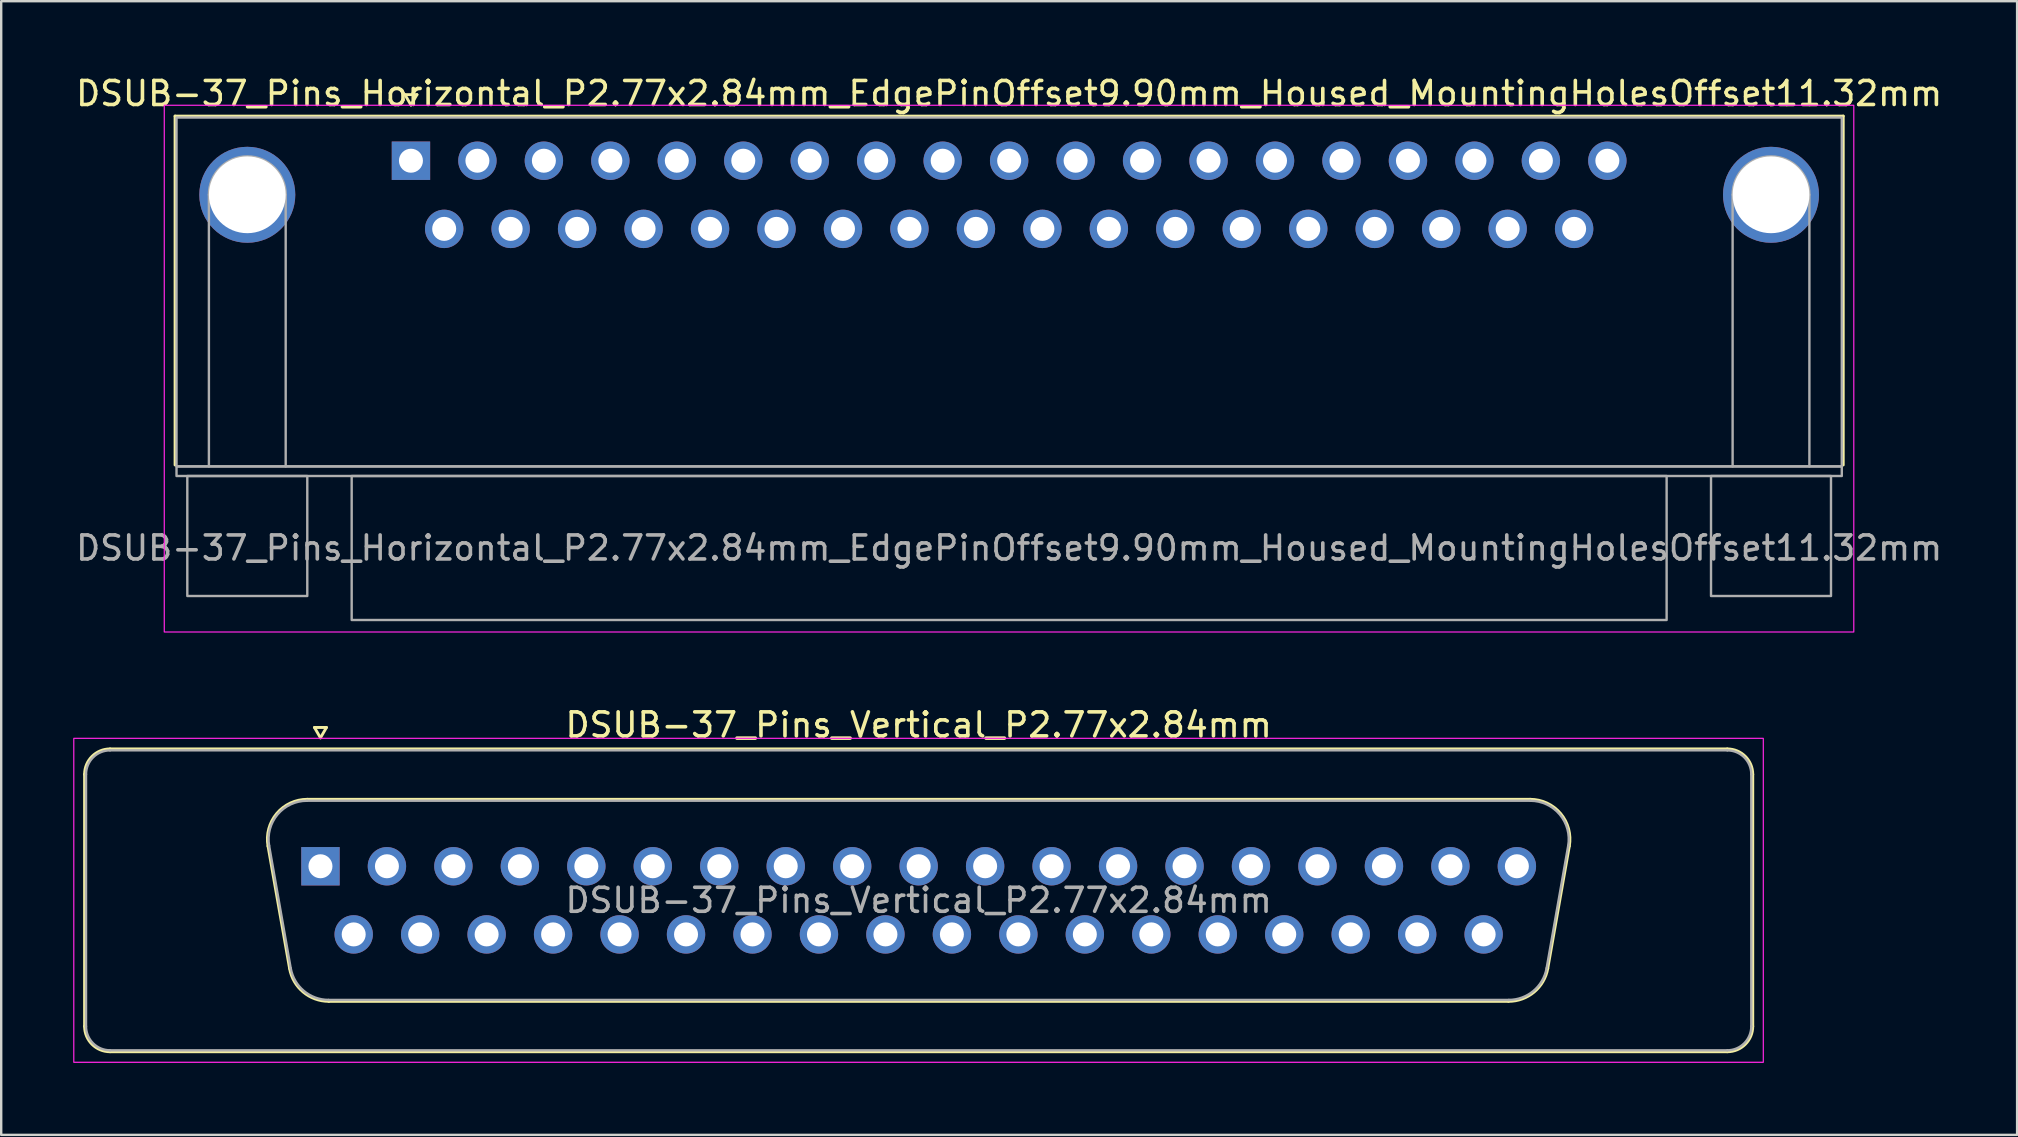
<source format=kicad_pcb>
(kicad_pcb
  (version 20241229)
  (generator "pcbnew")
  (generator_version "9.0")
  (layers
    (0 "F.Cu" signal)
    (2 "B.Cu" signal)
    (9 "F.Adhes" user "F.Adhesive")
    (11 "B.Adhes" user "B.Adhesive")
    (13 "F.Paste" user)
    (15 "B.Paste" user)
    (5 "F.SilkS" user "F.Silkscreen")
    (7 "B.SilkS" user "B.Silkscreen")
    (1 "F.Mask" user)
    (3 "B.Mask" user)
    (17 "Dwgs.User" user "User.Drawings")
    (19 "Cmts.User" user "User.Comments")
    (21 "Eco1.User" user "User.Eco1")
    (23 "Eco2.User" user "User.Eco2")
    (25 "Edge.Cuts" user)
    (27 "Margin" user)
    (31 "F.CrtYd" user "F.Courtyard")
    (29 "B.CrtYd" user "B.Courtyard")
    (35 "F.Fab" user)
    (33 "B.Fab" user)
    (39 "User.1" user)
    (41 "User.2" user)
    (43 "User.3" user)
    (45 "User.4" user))
  (footprint "DSUB-37_Pins_Vertical_P2.77x2.84mm"
    (layer "F.Cu")
    (at 10.305 33.051)
    (property "Reference" "DSUB-37_Pins_Vertical_P2.77x2.84mm" (at 24.93 -5.89 0) (layer "F.SilkS") (effects (font (size 1 1) (thickness 0.15))))
    (attr through_hole)
    (fp_line (start -9.83 6.67) (end -9.83 -3.83) (stroke (width 0.12) (type solid)) (layer "F.SilkS"))
    (fp_line (start -8.77 -4.89) (end 58.63 -4.89) (stroke (width 0.12) (type solid)) (layer "F.SilkS"))
    (fp_line (start -1.287 4.258) (end -2.186 -0.842) (stroke (width 0.12) (type solid)) (layer "F.SilkS"))
    (fp_line (start -0.552 -2.79) (end 50.412 -2.79) (stroke (width 0.12) (type solid)) (layer "F.SilkS"))
    (fp_line (start -0.25 -5.784) (end 0.25 -5.784) (stroke (width 0.12) (type solid)) (layer "F.SilkS"))
    (fp_line (start 0 -5.351) (end -0.25 -5.784) (stroke (width 0.12) (type solid)) (layer "F.SilkS"))
    (fp_line (start 0.25 -5.784) (end 0 -5.351) (stroke (width 0.12) (type solid)) (layer "F.SilkS"))
    (fp_line (start 49.512 5.63) (end 0.348 5.63) (stroke (width 0.12) (type solid)) (layer "F.SilkS"))
    (fp_line (start 52.046 -0.842) (end 51.147 4.258) (stroke (width 0.12) (type solid)) (layer "F.SilkS"))
    (fp_line (start 58.63 7.73) (end -8.77 7.73) (stroke (width 0.12) (type solid)) (layer "F.SilkS"))
    (fp_line (start 59.69 -3.83) (end 59.69 6.67) (stroke (width 0.12) (type solid)) (layer "F.SilkS"))
    (fp_arc (start -9.83 -3.83) (mid -9.519533 -4.579533) (end -8.77 -4.89) (stroke (width 0.12) (type solid)) (layer "F.SilkS"))
    (fp_arc (start -8.77 7.73) (mid -9.519533 7.419533) (end -9.83 6.67) (stroke (width 0.12) (type solid)) (layer "F.SilkS"))
    (fp_arc (start -2.18647 -0.841744) (mid -1.823323 -2.197027) (end -0.551689 -2.79) (stroke (width 0.12) (type solid)) (layer "F.SilkS"))
    (fp_arc (start 0.347579 5.63) (mid -0.719449 5.241634) (end -1.287202 4.258256) (stroke (width 0.12) (type solid)) (layer "F.SilkS"))
    (fp_arc (start 50.411689 -2.79) (mid 51.683323 -2.197027) (end 52.04647 -0.841744) (stroke (width 0.12) (type solid)) (layer "F.SilkS"))
    (fp_arc (start 51.147202 4.258256) (mid 50.579449 5.241634) (end 49.512421 5.63) (stroke (width 0.12) (type solid)) (layer "F.SilkS"))
    (fp_arc (start 58.63 -4.89) (mid 59.379533 -4.579533) (end 59.69 -3.83) (stroke (width 0.12) (type solid)) (layer "F.SilkS"))
    (fp_arc (start 59.69 6.67) (mid 59.379533 7.419533) (end 58.63 7.73) (stroke (width 0.12) (type solid)) (layer "F.SilkS"))
    (fp_rect (start -10.28 -5.33) (end 60.13 8.17) (stroke (width 0.05) (type solid)) (fill no) (layer "F.CrtYd"))
    (fp_line (start -9.77 6.67) (end -9.77 -3.83) (stroke (width 0.1) (type solid)) (layer "F.Fab"))
    (fp_line (start -8.77 -4.83) (end 58.63 -4.83) (stroke (width 0.1) (type solid)) (layer "F.Fab"))
    (fp_line (start -1.24 4.248) (end -2.139 -0.852) (stroke (width 0.1) (type solid)) (layer "F.Fab"))
    (fp_line (start -0.563 -2.73) (end 50.423 -2.73) (stroke (width 0.1) (type solid)) (layer "F.Fab"))
    (fp_line (start 49.524 5.57) (end 0.336 5.57) (stroke (width 0.1) (type solid)) (layer "F.Fab"))
    (fp_line (start 51.999 -0.852) (end 51.1 4.248) (stroke (width 0.1) (type solid)) (layer "F.Fab"))
    (fp_line (start 58.63 7.67) (end -8.77 7.67) (stroke (width 0.1) (type solid)) (layer "F.Fab"))
    (fp_line (start 59.63 -3.83) (end 59.63 6.67) (stroke (width 0.1) (type solid)) (layer "F.Fab"))
    (fp_arc (start -9.77 -3.83) (mid -9.477107 -4.537107) (end -8.77 -4.83) (stroke (width 0.1) (type solid)) (layer "F.Fab"))
    (fp_arc (start -8.77 7.67) (mid -9.477107 7.377107) (end -9.77 6.67) (stroke (width 0.1) (type solid)) (layer "F.Fab"))
    (fp_arc (start -2.138887 -0.852163) (mid -1.788865 -2.15846) (end -0.563194 -2.73) (stroke (width 0.1) (type solid)) (layer "F.Fab"))
    (fp_arc (start 0.336073 5.57) (mid -0.692387 5.195671) (end -1.239619 4.247837) (stroke (width 0.1) (type solid)) (layer "F.Fab"))
    (fp_arc (start 50.423194 -2.73) (mid 51.648865 -2.15846) (end 51.998887 -0.852163) (stroke (width 0.1) (type solid)) (layer "F.Fab"))
    (fp_arc (start 51.099619 4.247837) (mid 50.552387 5.195671) (end 49.523927 5.57) (stroke (width 0.1) (type solid)) (layer "F.Fab"))
    (fp_arc (start 58.63 -4.83) (mid 59.337107 -4.537107) (end 59.63 -3.83) (stroke (width 0.1) (type solid)) (layer "F.Fab"))
    (fp_arc (start 59.63 6.67) (mid 59.337107 7.377107) (end 58.63 7.67) (stroke (width 0.1) (type solid)) (layer "F.Fab"))
    (fp_text user "${REFERENCE}" (at 24.93 1.42 0) (layer "F.Fab") (effects (font (size 1 1) (thickness 0.15))))
    (pad "1" thru_hole rect (at 0 0) (size 1.6 1.6) (drill 1) (layers "*.Cu" "*.Mask"))
    (pad "2" thru_hole circle (at 2.77 0) (size 1.6 1.6) (drill 1) (layers "*.Cu" "*.Mask"))
    (pad "3" thru_hole circle (at 5.54 0) (size 1.6 1.6) (drill 1) (layers "*.Cu" "*.Mask"))
    (pad "4" thru_hole circle (at 8.31 0) (size 1.6 1.6) (drill 1) (layers "*.Cu" "*.Mask"))
    (pad "5" thru_hole circle (at 11.08 0) (size 1.6 1.6) (drill 1) (layers "*.Cu" "*.Mask"))
    (pad "6" thru_hole circle (at 13.85 0) (size 1.6 1.6) (drill 1) (layers "*.Cu" "*.Mask"))
    (pad "7" thru_hole circle (at 16.62 0) (size 1.6 1.6) (drill 1) (layers "*.Cu" "*.Mask"))
    (pad "8" thru_hole circle (at 19.39 0) (size 1.6 1.6) (drill 1) (layers "*.Cu" "*.Mask"))
    (pad "9" thru_hole circle (at 22.16 0) (size 1.6 1.6) (drill 1) (layers "*.Cu" "*.Mask"))
    (pad "10" thru_hole circle (at 24.93 0) (size 1.6 1.6) (drill 1) (layers "*.Cu" "*.Mask"))
    (pad "11" thru_hole circle (at 27.7 0) (size 1.6 1.6) (drill 1) (layers "*.Cu" "*.Mask"))
    (pad "12" thru_hole circle (at 30.47 0) (size 1.6 1.6) (drill 1) (layers "*.Cu" "*.Mask"))
    (pad "13" thru_hole circle (at 33.24 0) (size 1.6 1.6) (drill 1) (layers "*.Cu" "*.Mask"))
    (pad "14" thru_hole circle (at 36.01 0) (size 1.6 1.6) (drill 1) (layers "*.Cu" "*.Mask"))
    (pad "15" thru_hole circle (at 38.78 0) (size 1.6 1.6) (drill 1) (layers "*.Cu" "*.Mask"))
    (pad "16" thru_hole circle (at 41.55 0) (size 1.6 1.6) (drill 1) (layers "*.Cu" "*.Mask"))
    (pad "17" thru_hole circle (at 44.32 0) (size 1.6 1.6) (drill 1) (layers "*.Cu" "*.Mask"))
    (pad "18" thru_hole circle (at 47.09 0) (size 1.6 1.6) (drill 1) (layers "*.Cu" "*.Mask"))
    (pad "19" thru_hole circle (at 49.86 0) (size 1.6 1.6) (drill 1) (layers "*.Cu" "*.Mask"))
    (pad "20" thru_hole circle (at 1.385 2.84) (size 1.6 1.6) (drill 1) (layers "*.Cu" "*.Mask"))
    (pad "21" thru_hole circle (at 4.155 2.84) (size 1.6 1.6) (drill 1) (layers "*.Cu" "*.Mask"))
    (pad "22" thru_hole circle (at 6.925 2.84) (size 1.6 1.6) (drill 1) (layers "*.Cu" "*.Mask"))
    (pad "23" thru_hole circle (at 9.695 2.84) (size 1.6 1.6) (drill 1) (layers "*.Cu" "*.Mask"))
    (pad "24" thru_hole circle (at 12.465 2.84) (size 1.6 1.6) (drill 1) (layers "*.Cu" "*.Mask"))
    (pad "25" thru_hole circle (at 15.235 2.84) (size 1.6 1.6) (drill 1) (layers "*.Cu" "*.Mask"))
    (pad "26" thru_hole circle (at 18.005 2.84) (size 1.6 1.6) (drill 1) (layers "*.Cu" "*.Mask"))
    (pad "27" thru_hole circle (at 20.775 2.84) (size 1.6 1.6) (drill 1) (layers "*.Cu" "*.Mask"))
    (pad "28" thru_hole circle (at 23.545 2.84) (size 1.6 1.6) (drill 1) (layers "*.Cu" "*.Mask"))
    (pad "29" thru_hole circle (at 26.315 2.84) (size 1.6 1.6) (drill 1) (layers "*.Cu" "*.Mask"))
    (pad "30" thru_hole circle (at 29.085 2.84) (size 1.6 1.6) (drill 1) (layers "*.Cu" "*.Mask"))
    (pad "31" thru_hole circle (at 31.855 2.84) (size 1.6 1.6) (drill 1) (layers "*.Cu" "*.Mask"))
    (pad "32" thru_hole circle (at 34.625 2.84) (size 1.6 1.6) (drill 1) (layers "*.Cu" "*.Mask"))
    (pad "33" thru_hole circle (at 37.395 2.84) (size 1.6 1.6) (drill 1) (layers "*.Cu" "*.Mask"))
    (pad "34" thru_hole circle (at 40.165 2.84) (size 1.6 1.6) (drill 1) (layers "*.Cu" "*.Mask"))
    (pad "35" thru_hole circle (at 42.935 2.84) (size 1.6 1.6) (drill 1) (layers "*.Cu" "*.Mask"))
    (pad "36" thru_hole circle (at 45.705 2.84) (size 1.6 1.6) (drill 1) (layers "*.Cu" "*.Mask"))
    (pad "37" thru_hole circle (at 48.475 2.84) (size 1.6 1.6) (drill 1) (layers "*.Cu" "*.Mask")))
  (footprint "DSUB-37_Pins_Horizontal_P2.77x2.84mm_EdgePinOffset9.90mm_Housed_MountingHolesOffset11.32mm"
    (layer "F.Cu")
    (at 14.076 3.648)
    (property "Reference" "DSUB-37_Pins_Horizontal_P2.77x2.84mm_EdgePinOffset9.90mm_Housed_MountingHolesOffset11.32mm" (at 24.93 -2.8 0) (layer "F.SilkS") (effects (font (size 1 1) (thickness 0.15))))
    (attr through_hole)
    (fp_line (start -9.83 -1.86) (end 59.69 -1.86) (stroke (width 0.12) (type solid)) (layer "F.SilkS"))
    (fp_line (start -9.83 12.68) (end -9.83 -1.86) (stroke (width 0.12) (type solid)) (layer "F.SilkS"))
    (fp_line (start -0.25 -2.754) (end 0.25 -2.754) (stroke (width 0.12) (type solid)) (layer "F.SilkS"))
    (fp_line (start 0 -2.321) (end -0.25 -2.754) (stroke (width 0.12) (type solid)) (layer "F.SilkS"))
    (fp_line (start 0.25 -2.754) (end 0 -2.321) (stroke (width 0.12) (type solid)) (layer "F.SilkS"))
    (fp_line (start 59.69 -1.86) (end 59.69 12.68) (stroke (width 0.12) (type solid)) (layer "F.SilkS"))
    (fp_rect (start -10.28 -2.31) (end 60.13 19.64) (stroke (width 0.05) (type solid)) (fill no) (layer "F.CrtYd"))
    (fp_line (start -8.42 12.74) (end -8.42 1.42) (stroke (width 0.1) (type solid)) (layer "F.Fab"))
    (fp_line (start -5.22 12.74) (end -5.22 1.42) (stroke (width 0.1) (type solid)) (layer "F.Fab"))
    (fp_line (start 55.08 12.74) (end 55.08 1.42) (stroke (width 0.1) (type solid)) (layer "F.Fab"))
    (fp_line (start 58.28 12.74) (end 58.28 1.42) (stroke (width 0.1) (type solid)) (layer "F.Fab"))
    (fp_rect (start -9.77 -1.8) (end 59.63 12.74) (stroke (width 0.1) (type solid)) (fill no) (layer "F.Fab"))
    (fp_rect (start -9.77 12.74) (end 59.63 13.14) (stroke (width 0.1) (type solid)) (fill no) (layer "F.Fab"))
    (fp_rect (start -9.32 13.14) (end -4.32 18.14) (stroke (width 0.1) (type solid)) (fill no) (layer "F.Fab"))
    (fp_rect (start -2.47 13.14) (end 52.33 19.14) (stroke (width 0.1) (type solid)) (fill no) (layer "F.Fab"))
    (fp_rect (start 54.18 13.14) (end 59.18 18.14) (stroke (width 0.1) (type solid)) (fill no) (layer "F.Fab"))
    (fp_arc (start -8.42 1.42) (mid -6.82 -0.18) (end -5.22 1.42) (stroke (width 0.1) (type solid)) (layer "F.Fab"))
    (fp_arc (start 55.08 1.42) (mid 56.68 -0.18) (end 58.28 1.42) (stroke (width 0.1) (type solid)) (layer "F.Fab"))
    (fp_text user "${REFERENCE}" (at 24.93 16.14 0) (layer "F.Fab") (effects (font (size 1 1) (thickness 0.15))))
    (pad "1" thru_hole rect (at 0 0) (size 1.6 1.6) (drill 1) (layers "*.Cu" "*.Mask"))
    (pad "2" thru_hole circle (at 2.77 0) (size 1.6 1.6) (drill 1) (layers "*.Cu" "*.Mask"))
    (pad "3" thru_hole circle (at 5.54 0) (size 1.6 1.6) (drill 1) (layers "*.Cu" "*.Mask"))
    (pad "4" thru_hole circle (at 8.31 0) (size 1.6 1.6) (drill 1) (layers "*.Cu" "*.Mask"))
    (pad "5" thru_hole circle (at 11.08 0) (size 1.6 1.6) (drill 1) (layers "*.Cu" "*.Mask"))
    (pad "6" thru_hole circle (at 13.85 0) (size 1.6 1.6) (drill 1) (layers "*.Cu" "*.Mask"))
    (pad "7" thru_hole circle (at 16.62 0) (size 1.6 1.6) (drill 1) (layers "*.Cu" "*.Mask"))
    (pad "8" thru_hole circle (at 19.39 0) (size 1.6 1.6) (drill 1) (layers "*.Cu" "*.Mask"))
    (pad "9" thru_hole circle (at 22.16 0) (size 1.6 1.6) (drill 1) (layers "*.Cu" "*.Mask"))
    (pad "10" thru_hole circle (at 24.93 0) (size 1.6 1.6) (drill 1) (layers "*.Cu" "*.Mask"))
    (pad "11" thru_hole circle (at 27.7 0) (size 1.6 1.6) (drill 1) (layers "*.Cu" "*.Mask"))
    (pad "12" thru_hole circle (at 30.47 0) (size 1.6 1.6) (drill 1) (layers "*.Cu" "*.Mask"))
    (pad "13" thru_hole circle (at 33.24 0) (size 1.6 1.6) (drill 1) (layers "*.Cu" "*.Mask"))
    (pad "14" thru_hole circle (at 36.01 0) (size 1.6 1.6) (drill 1) (layers "*.Cu" "*.Mask"))
    (pad "15" thru_hole circle (at 38.78 0) (size 1.6 1.6) (drill 1) (layers "*.Cu" "*.Mask"))
    (pad "16" thru_hole circle (at 41.55 0) (size 1.6 1.6) (drill 1) (layers "*.Cu" "*.Mask"))
    (pad "17" thru_hole circle (at 44.32 0) (size 1.6 1.6) (drill 1) (layers "*.Cu" "*.Mask"))
    (pad "18" thru_hole circle (at 47.09 0) (size 1.6 1.6) (drill 1) (layers "*.Cu" "*.Mask"))
    (pad "19" thru_hole circle (at 49.86 0) (size 1.6 1.6) (drill 1) (layers "*.Cu" "*.Mask"))
    (pad "20" thru_hole circle (at 1.385 2.84) (size 1.6 1.6) (drill 1) (layers "*.Cu" "*.Mask"))
    (pad "21" thru_hole circle (at 4.155 2.84) (size 1.6 1.6) (drill 1) (layers "*.Cu" "*.Mask"))
    (pad "22" thru_hole circle (at 6.925 2.84) (size 1.6 1.6) (drill 1) (layers "*.Cu" "*.Mask"))
    (pad "23" thru_hole circle (at 9.695 2.84) (size 1.6 1.6) (drill 1) (layers "*.Cu" "*.Mask"))
    (pad "24" thru_hole circle (at 12.465 2.84) (size 1.6 1.6) (drill 1) (layers "*.Cu" "*.Mask"))
    (pad "25" thru_hole circle (at 15.235 2.84) (size 1.6 1.6) (drill 1) (layers "*.Cu" "*.Mask"))
    (pad "26" thru_hole circle (at 18.005 2.84) (size 1.6 1.6) (drill 1) (layers "*.Cu" "*.Mask"))
    (pad "27" thru_hole circle (at 20.775 2.84) (size 1.6 1.6) (drill 1) (layers "*.Cu" "*.Mask"))
    (pad "28" thru_hole circle (at 23.545 2.84) (size 1.6 1.6) (drill 1) (layers "*.Cu" "*.Mask"))
    (pad "29" thru_hole circle (at 26.315 2.84) (size 1.6 1.6) (drill 1) (layers "*.Cu" "*.Mask"))
    (pad "30" thru_hole circle (at 29.085 2.84) (size 1.6 1.6) (drill 1) (layers "*.Cu" "*.Mask"))
    (pad "31" thru_hole circle (at 31.855 2.84) (size 1.6 1.6) (drill 1) (layers "*.Cu" "*.Mask"))
    (pad "32" thru_hole circle (at 34.625 2.84) (size 1.6 1.6) (drill 1) (layers "*.Cu" "*.Mask"))
    (pad "33" thru_hole circle (at 37.395 2.84) (size 1.6 1.6) (drill 1) (layers "*.Cu" "*.Mask"))
    (pad "34" thru_hole circle (at 40.165 2.84) (size 1.6 1.6) (drill 1) (layers "*.Cu" "*.Mask"))
    (pad "35" thru_hole circle (at 42.935 2.84) (size 1.6 1.6) (drill 1) (layers "*.Cu" "*.Mask"))
    (pad "36" thru_hole circle (at 45.705 2.84) (size 1.6 1.6) (drill 1) (layers "*.Cu" "*.Mask"))
    (pad "37" thru_hole circle (at 48.475 2.84) (size 1.6 1.6) (drill 1) (layers "*.Cu" "*.Mask"))
    (pad "SH" thru_hole circle (at -6.82 1.42) (size 4 4) (drill 3.2) (layers "*.Cu" "*.Mask"))
    (pad "SH" thru_hole circle (at 56.68 1.42) (size 4 4) (drill 3.2) (layers "*.Cu" "*.Mask")))
  (gr_rect
    (start -3 -3)
    (end 81.012 44.246)
    (stroke (width 0.1) (type default))
    (fill no)
    (layer "Edge.Cuts")))
</source>
